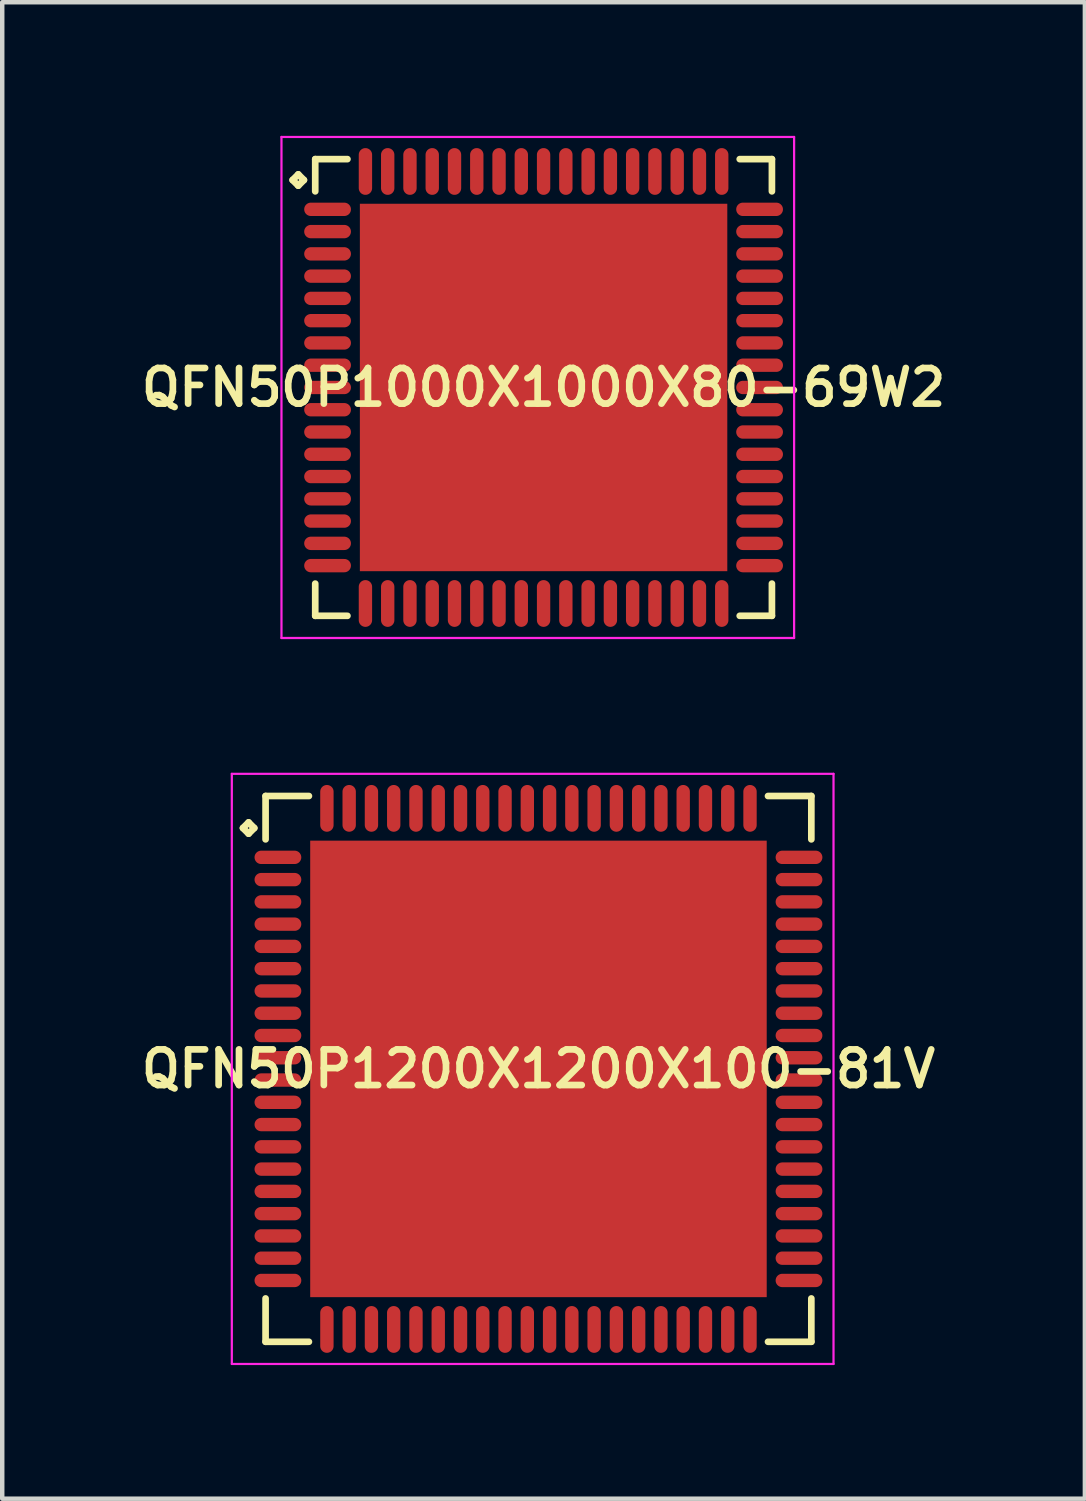
<source format=kicad_pcb>
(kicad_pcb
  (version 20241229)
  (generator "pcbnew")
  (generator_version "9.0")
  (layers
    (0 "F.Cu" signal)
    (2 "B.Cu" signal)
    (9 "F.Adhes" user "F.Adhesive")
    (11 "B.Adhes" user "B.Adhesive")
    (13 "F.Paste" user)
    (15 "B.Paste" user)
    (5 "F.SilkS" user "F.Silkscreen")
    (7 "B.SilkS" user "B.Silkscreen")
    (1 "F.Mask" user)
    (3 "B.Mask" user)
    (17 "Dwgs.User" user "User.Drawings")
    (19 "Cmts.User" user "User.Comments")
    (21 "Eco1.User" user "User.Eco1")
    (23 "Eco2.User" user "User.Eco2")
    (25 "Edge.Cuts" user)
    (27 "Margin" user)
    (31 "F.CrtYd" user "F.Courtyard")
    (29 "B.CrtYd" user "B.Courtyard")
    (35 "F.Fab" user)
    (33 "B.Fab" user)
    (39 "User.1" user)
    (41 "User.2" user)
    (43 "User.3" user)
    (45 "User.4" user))
  (footprint "QFN50P1000X1000X80-69W2"
    (layer "F.Cu")
    (at 9.155 5.65)
    (property "Reference" "QFN50P1000X1000X80-69W2" (at 0 0 0) (layer "F.SilkS") (effects (font (size 0.8 0.8) (thickness 0.15))))
    (attr smd)
    (fp_line (start -5.635 -4.658) (end -5.508 -4.785) (stroke (width 0.15) (type solid)) (layer "F.SilkS"))
    (fp_line (start -5.508 -4.785) (end -5.381 -4.658) (stroke (width 0.15) (type solid)) (layer "F.SilkS"))
    (fp_line (start -5.508 -4.531) (end -5.635 -4.658) (stroke (width 0.15) (type solid)) (layer "F.SilkS"))
    (fp_line (start -5.381 -4.658) (end -5.508 -4.531) (stroke (width 0.15) (type solid)) (layer "F.SilkS"))
    (fp_line (start -5.127 -5.127) (end -4.404 -5.127) (stroke (width 0.15) (type solid)) (layer "F.SilkS"))
    (fp_line (start -5.127 -4.404) (end -5.127 -5.127) (stroke (width 0.15) (type solid)) (layer "F.SilkS"))
    (fp_line (start -5.127 4.404) (end -5.127 5.127) (stroke (width 0.15) (type solid)) (layer "F.SilkS"))
    (fp_line (start -5.127 5.127) (end -4.404 5.127) (stroke (width 0.15) (type solid)) (layer "F.SilkS"))
    (fp_line (start 4.404 -5.127) (end 5.127 -5.127) (stroke (width 0.15) (type solid)) (layer "F.SilkS"))
    (fp_line (start 4.404 5.127) (end 5.127 5.127) (stroke (width 0.15) (type solid)) (layer "F.SilkS"))
    (fp_line (start 5.127 -5.127) (end 5.127 -4.404) (stroke (width 0.15) (type solid)) (layer "F.SilkS"))
    (fp_line (start 5.127 5.127) (end 5.127 4.404) (stroke (width 0.15) (type solid)) (layer "F.SilkS"))
    (fp_line (start -5.885 -5.625) (end 5.625 -5.625) (stroke (width 0.05) (type solid)) (layer "F.CrtYd"))
    (fp_line (start -5.885 5.625) (end -5.885 -5.625) (stroke (width 0.05) (type solid)) (layer "F.CrtYd"))
    (fp_line (start 5.625 -5.625) (end 5.625 5.625) (stroke (width 0.05) (type solid)) (layer "F.CrtYd"))
    (fp_line (start 5.625 5.625) (end -5.885 5.625) (stroke (width 0.05) (type solid)) (layer "F.CrtYd"))
    (pad "1" smd oval (at -4.85 -4) (size 1.05 0.3) (layers "F.Cu" "F.Mask" "F.Paste"))
    (pad "2" smd oval (at -4.85 -3.5) (size 1.05 0.3) (layers "F.Cu" "F.Mask" "F.Paste"))
    (pad "3" smd oval (at -4.85 -3) (size 1.05 0.3) (layers "F.Cu" "F.Mask" "F.Paste"))
    (pad "4" smd oval (at -4.85 -2.5) (size 1.05 0.3) (layers "F.Cu" "F.Mask" "F.Paste"))
    (pad "5" smd oval (at -4.85 -2) (size 1.05 0.3) (layers "F.Cu" "F.Mask" "F.Paste"))
    (pad "6" smd oval (at -4.85 -1.5) (size 1.05 0.3) (layers "F.Cu" "F.Mask" "F.Paste"))
    (pad "7" smd oval (at -4.85 -1) (size 1.05 0.3) (layers "F.Cu" "F.Mask" "F.Paste"))
    (pad "8" smd oval (at -4.85 -0.5) (size 1.05 0.3) (layers "F.Cu" "F.Mask" "F.Paste"))
    (pad "9" smd oval (at -4.85 0) (size 1.05 0.3) (layers "F.Cu" "F.Mask" "F.Paste"))
    (pad "10" smd oval (at -4.85 0.5) (size 1.05 0.3) (layers "F.Cu" "F.Mask" "F.Paste"))
    (pad "11" smd oval (at -4.85 1) (size 1.05 0.3) (layers "F.Cu" "F.Mask" "F.Paste"))
    (pad "12" smd oval (at -4.85 1.5) (size 1.05 0.3) (layers "F.Cu" "F.Mask" "F.Paste"))
    (pad "13" smd oval (at -4.85 2) (size 1.05 0.3) (layers "F.Cu" "F.Mask" "F.Paste"))
    (pad "14" smd oval (at -4.85 2.5) (size 1.05 0.3) (layers "F.Cu" "F.Mask" "F.Paste"))
    (pad "15" smd oval (at -4.85 3) (size 1.05 0.3) (layers "F.Cu" "F.Mask" "F.Paste"))
    (pad "16" smd oval (at -4.85 3.5) (size 1.05 0.3) (layers "F.Cu" "F.Mask" "F.Paste"))
    (pad "17" smd oval (at -4.85 4) (size 1.05 0.3) (layers "F.Cu" "F.Mask" "F.Paste"))
    (pad "18" smd oval (at -4 4.85) (size 0.3 1.05) (layers "F.Cu" "F.Mask" "F.Paste"))
    (pad "19" smd oval (at -3.5 4.85) (size 0.3 1.05) (layers "F.Cu" "F.Mask" "F.Paste"))
    (pad "20" smd oval (at -3 4.85) (size 0.3 1.05) (layers "F.Cu" "F.Mask" "F.Paste"))
    (pad "21" smd oval (at -2.5 4.85) (size 0.3 1.05) (layers "F.Cu" "F.Mask" "F.Paste"))
    (pad "22" smd oval (at -2 4.85) (size 0.3 1.05) (layers "F.Cu" "F.Mask" "F.Paste"))
    (pad "23" smd oval (at -1.5 4.85) (size 0.3 1.05) (layers "F.Cu" "F.Mask" "F.Paste"))
    (pad "24" smd oval (at -1 4.85) (size 0.3 1.05) (layers "F.Cu" "F.Mask" "F.Paste"))
    (pad "25" smd oval (at -0.5 4.85) (size 0.3 1.05) (layers "F.Cu" "F.Mask" "F.Paste"))
    (pad "26" smd oval (at 0 4.85) (size 0.3 1.05) (layers "F.Cu" "F.Mask" "F.Paste"))
    (pad "27" smd oval (at 0.5 4.85) (size 0.3 1.05) (layers "F.Cu" "F.Mask" "F.Paste"))
    (pad "28" smd oval (at 1 4.85) (size 0.3 1.05) (layers "F.Cu" "F.Mask" "F.Paste"))
    (pad "29" smd oval (at 1.5 4.85) (size 0.3 1.05) (layers "F.Cu" "F.Mask" "F.Paste"))
    (pad "30" smd oval (at 2 4.85) (size 0.3 1.05) (layers "F.Cu" "F.Mask" "F.Paste"))
    (pad "31" smd oval (at 2.5 4.85) (size 0.3 1.05) (layers "F.Cu" "F.Mask" "F.Paste"))
    (pad "32" smd oval (at 3 4.85) (size 0.3 1.05) (layers "F.Cu" "F.Mask" "F.Paste"))
    (pad "33" smd oval (at 3.5 4.85) (size 0.3 1.05) (layers "F.Cu" "F.Mask" "F.Paste"))
    (pad "34" smd oval (at 4 4.85) (size 0.3 1.05) (layers "F.Cu" "F.Mask" "F.Paste"))
    (pad "35" smd oval (at 4.85 4) (size 1.05 0.3) (layers "F.Cu" "F.Mask" "F.Paste"))
    (pad "36" smd oval (at 4.85 3.5) (size 1.05 0.3) (layers "F.Cu" "F.Mask" "F.Paste"))
    (pad "37" smd oval (at 4.85 3) (size 1.05 0.3) (layers "F.Cu" "F.Mask" "F.Paste"))
    (pad "38" smd oval (at 4.85 2.5) (size 1.05 0.3) (layers "F.Cu" "F.Mask" "F.Paste"))
    (pad "39" smd oval (at 4.85 2) (size 1.05 0.3) (layers "F.Cu" "F.Mask" "F.Paste"))
    (pad "40" smd oval (at 4.85 1.5) (size 1.05 0.3) (layers "F.Cu" "F.Mask" "F.Paste"))
    (pad "41" smd oval (at 4.85 1) (size 1.05 0.3) (layers "F.Cu" "F.Mask" "F.Paste"))
    (pad "42" smd oval (at 4.85 0.5) (size 1.05 0.3) (layers "F.Cu" "F.Mask" "F.Paste"))
    (pad "43" smd oval (at 4.85 0) (size 1.05 0.3) (layers "F.Cu" "F.Mask" "F.Paste"))
    (pad "44" smd oval (at 4.85 -0.5) (size 1.05 0.3) (layers "F.Cu" "F.Mask" "F.Paste"))
    (pad "45" smd oval (at 4.85 -1) (size 1.05 0.3) (layers "F.Cu" "F.Mask" "F.Paste"))
    (pad "46" smd oval (at 4.85 -1.5) (size 1.05 0.3) (layers "F.Cu" "F.Mask" "F.Paste"))
    (pad "47" smd oval (at 4.85 -2) (size 1.05 0.3) (layers "F.Cu" "F.Mask" "F.Paste"))
    (pad "48" smd oval (at 4.85 -2.5) (size 1.05 0.3) (layers "F.Cu" "F.Mask" "F.Paste"))
    (pad "49" smd oval (at 4.85 -3) (size 1.05 0.3) (layers "F.Cu" "F.Mask" "F.Paste"))
    (pad "50" smd oval (at 4.85 -3.5) (size 1.05 0.3) (layers "F.Cu" "F.Mask" "F.Paste"))
    (pad "51" smd oval (at 4.85 -4) (size 1.05 0.3) (layers "F.Cu" "F.Mask" "F.Paste"))
    (pad "52" smd oval (at 4 -4.85) (size 0.3 1.05) (layers "F.Cu" "F.Mask" "F.Paste"))
    (pad "53" smd oval (at 3.5 -4.85) (size 0.3 1.05) (layers "F.Cu" "F.Mask" "F.Paste"))
    (pad "54" smd oval (at 3 -4.85) (size 0.3 1.05) (layers "F.Cu" "F.Mask" "F.Paste"))
    (pad "55" smd oval (at 2.5 -4.85) (size 0.3 1.05) (layers "F.Cu" "F.Mask" "F.Paste"))
    (pad "56" smd oval (at 2 -4.85) (size 0.3 1.05) (layers "F.Cu" "F.Mask" "F.Paste"))
    (pad "57" smd oval (at 1.5 -4.85) (size 0.3 1.05) (layers "F.Cu" "F.Mask" "F.Paste"))
    (pad "58" smd oval (at 1 -4.85) (size 0.3 1.05) (layers "F.Cu" "F.Mask" "F.Paste"))
    (pad "59" smd oval (at 0.5 -4.85) (size 0.3 1.05) (layers "F.Cu" "F.Mask" "F.Paste"))
    (pad "60" smd oval (at 0 -4.85) (size 0.3 1.05) (layers "F.Cu" "F.Mask" "F.Paste"))
    (pad "61" smd oval (at -0.5 -4.85) (size 0.3 1.05) (layers "F.Cu" "F.Mask" "F.Paste"))
    (pad "62" smd oval (at -1 -4.85) (size 0.3 1.05) (layers "F.Cu" "F.Mask" "F.Paste"))
    (pad "63" smd oval (at -1.5 -4.85) (size 0.3 1.05) (layers "F.Cu" "F.Mask" "F.Paste"))
    (pad "64" smd oval (at -2 -4.85) (size 0.3 1.05) (layers "F.Cu" "F.Mask" "F.Paste"))
    (pad "65" smd oval (at -2.5 -4.85) (size 0.3 1.05) (layers "F.Cu" "F.Mask" "F.Paste"))
    (pad "66" smd oval (at -3 -4.85) (size 0.3 1.05) (layers "F.Cu" "F.Mask" "F.Paste"))
    (pad "67" smd oval (at -3.5 -4.85) (size 0.3 1.05) (layers "F.Cu" "F.Mask" "F.Paste"))
    (pad "68" smd oval (at -4 -4.85) (size 0.3 1.05) (layers "F.Cu" "F.Mask" "F.Paste"))
    (pad "69" smd rect (at 0 0) (size 8.25 8.25) (layers "F.Cu" "F.Mask" "F.Paste")))
  (footprint "QFN50P1200X1200X100-81V"
    (layer "F.Cu")
    (at 9.04 20.95)
    (property "Reference" "QFN50P1200X1200X100-81V" (at 0 0 0) (layer "F.SilkS") (effects (font (size 0.8 0.8) (thickness 0.15))))
    (attr smd)
    (fp_line (start -6.635 -5.408) (end -6.508 -5.535) (stroke (width 0.15) (type solid)) (layer "F.SilkS"))
    (fp_line (start -6.508 -5.535) (end -6.381 -5.408) (stroke (width 0.15) (type solid)) (layer "F.SilkS"))
    (fp_line (start -6.508 -5.281) (end -6.635 -5.408) (stroke (width 0.15) (type solid)) (layer "F.SilkS"))
    (fp_line (start -6.381 -5.408) (end -6.508 -5.281) (stroke (width 0.15) (type solid)) (layer "F.SilkS"))
    (fp_line (start -6.127 -6.127) (end -5.154 -6.127) (stroke (width 0.15) (type solid)) (layer "F.SilkS"))
    (fp_line (start -6.127 -5.154) (end -6.127 -6.127) (stroke (width 0.15) (type solid)) (layer "F.SilkS"))
    (fp_line (start -6.127 5.154) (end -6.127 6.127) (stroke (width 0.15) (type solid)) (layer "F.SilkS"))
    (fp_line (start -6.127 6.127) (end -5.154 6.127) (stroke (width 0.15) (type solid)) (layer "F.SilkS"))
    (fp_line (start 5.154 -6.127) (end 6.127 -6.127) (stroke (width 0.15) (type solid)) (layer "F.SilkS"))
    (fp_line (start 5.154 6.127) (end 6.127 6.127) (stroke (width 0.15) (type solid)) (layer "F.SilkS"))
    (fp_line (start 6.127 -6.127) (end 6.127 -5.154) (stroke (width 0.15) (type solid)) (layer "F.SilkS"))
    (fp_line (start 6.127 6.127) (end 6.127 5.154) (stroke (width 0.15) (type solid)) (layer "F.SilkS"))
    (fp_line (start -6.885 -6.625) (end 6.625 -6.625) (stroke (width 0.05) (type solid)) (layer "F.CrtYd"))
    (fp_line (start -6.885 6.625) (end -6.885 -6.625) (stroke (width 0.05) (type solid)) (layer "F.CrtYd"))
    (fp_line (start 6.625 -6.625) (end 6.625 6.625) (stroke (width 0.05) (type solid)) (layer "F.CrtYd"))
    (fp_line (start 6.625 6.625) (end -6.885 6.625) (stroke (width 0.05) (type solid)) (layer "F.CrtYd"))
    (pad "1" smd oval (at -5.85 -4.75) (size 1.05 0.3) (layers "F.Cu" "F.Mask" "F.Paste"))
    (pad "2" smd oval (at -5.85 -4.25) (size 1.05 0.3) (layers "F.Cu" "F.Mask" "F.Paste"))
    (pad "3" smd oval (at -5.85 -3.75) (size 1.05 0.3) (layers "F.Cu" "F.Mask" "F.Paste"))
    (pad "4" smd oval (at -5.85 -3.25) (size 1.05 0.3) (layers "F.Cu" "F.Mask" "F.Paste"))
    (pad "5" smd oval (at -5.85 -2.75) (size 1.05 0.3) (layers "F.Cu" "F.Mask" "F.Paste"))
    (pad "6" smd oval (at -5.85 -2.25) (size 1.05 0.3) (layers "F.Cu" "F.Mask" "F.Paste"))
    (pad "7" smd oval (at -5.85 -1.75) (size 1.05 0.3) (layers "F.Cu" "F.Mask" "F.Paste"))
    (pad "8" smd oval (at -5.85 -1.25) (size 1.05 0.3) (layers "F.Cu" "F.Mask" "F.Paste"))
    (pad "9" smd oval (at -5.85 -0.75) (size 1.05 0.3) (layers "F.Cu" "F.Mask" "F.Paste"))
    (pad "10" smd oval (at -5.85 -0.25) (size 1.05 0.3) (layers "F.Cu" "F.Mask" "F.Paste"))
    (pad "11" smd oval (at -5.85 0.25) (size 1.05 0.3) (layers "F.Cu" "F.Mask" "F.Paste"))
    (pad "12" smd oval (at -5.85 0.75) (size 1.05 0.3) (layers "F.Cu" "F.Mask" "F.Paste"))
    (pad "13" smd oval (at -5.85 1.25) (size 1.05 0.3) (layers "F.Cu" "F.Mask" "F.Paste"))
    (pad "14" smd oval (at -5.85 1.75) (size 1.05 0.3) (layers "F.Cu" "F.Mask" "F.Paste"))
    (pad "15" smd oval (at -5.85 2.25) (size 1.05 0.3) (layers "F.Cu" "F.Mask" "F.Paste"))
    (pad "16" smd oval (at -5.85 2.75) (size 1.05 0.3) (layers "F.Cu" "F.Mask" "F.Paste"))
    (pad "17" smd oval (at -5.85 3.25) (size 1.05 0.3) (layers "F.Cu" "F.Mask" "F.Paste"))
    (pad "18" smd oval (at -5.85 3.75) (size 1.05 0.3) (layers "F.Cu" "F.Mask" "F.Paste"))
    (pad "19" smd oval (at -5.85 4.25) (size 1.05 0.3) (layers "F.Cu" "F.Mask" "F.Paste"))
    (pad "20" smd oval (at -5.85 4.75) (size 1.05 0.3) (layers "F.Cu" "F.Mask" "F.Paste"))
    (pad "21" smd oval (at -4.75 5.85) (size 0.3 1.05) (layers "F.Cu" "F.Mask" "F.Paste"))
    (pad "22" smd oval (at -4.25 5.85) (size 0.3 1.05) (layers "F.Cu" "F.Mask" "F.Paste"))
    (pad "23" smd oval (at -3.75 5.85) (size 0.3 1.05) (layers "F.Cu" "F.Mask" "F.Paste"))
    (pad "24" smd oval (at -3.25 5.85) (size 0.3 1.05) (layers "F.Cu" "F.Mask" "F.Paste"))
    (pad "25" smd oval (at -2.75 5.85) (size 0.3 1.05) (layers "F.Cu" "F.Mask" "F.Paste"))
    (pad "26" smd oval (at -2.25 5.85) (size 0.3 1.05) (layers "F.Cu" "F.Mask" "F.Paste"))
    (pad "27" smd oval (at -1.75 5.85) (size 0.3 1.05) (layers "F.Cu" "F.Mask" "F.Paste"))
    (pad "28" smd oval (at -1.25 5.85) (size 0.3 1.05) (layers "F.Cu" "F.Mask" "F.Paste"))
    (pad "29" smd oval (at -0.75 5.85) (size 0.3 1.05) (layers "F.Cu" "F.Mask" "F.Paste"))
    (pad "30" smd oval (at -0.25 5.85) (size 0.3 1.05) (layers "F.Cu" "F.Mask" "F.Paste"))
    (pad "31" smd oval (at 0.25 5.85) (size 0.3 1.05) (layers "F.Cu" "F.Mask" "F.Paste"))
    (pad "32" smd oval (at 0.75 5.85) (size 0.3 1.05) (layers "F.Cu" "F.Mask" "F.Paste"))
    (pad "33" smd oval (at 1.25 5.85) (size 0.3 1.05) (layers "F.Cu" "F.Mask" "F.Paste"))
    (pad "34" smd oval (at 1.75 5.85) (size 0.3 1.05) (layers "F.Cu" "F.Mask" "F.Paste"))
    (pad "35" smd oval (at 2.25 5.85) (size 0.3 1.05) (layers "F.Cu" "F.Mask" "F.Paste"))
    (pad "36" smd oval (at 2.75 5.85) (size 0.3 1.05) (layers "F.Cu" "F.Mask" "F.Paste"))
    (pad "37" smd oval (at 3.25 5.85) (size 0.3 1.05) (layers "F.Cu" "F.Mask" "F.Paste"))
    (pad "38" smd oval (at 3.75 5.85) (size 0.3 1.05) (layers "F.Cu" "F.Mask" "F.Paste"))
    (pad "39" smd oval (at 4.25 5.85) (size 0.3 1.05) (layers "F.Cu" "F.Mask" "F.Paste"))
    (pad "40" smd oval (at 4.75 5.85) (size 0.3 1.05) (layers "F.Cu" "F.Mask" "F.Paste"))
    (pad "41" smd oval (at 5.85 4.75) (size 1.05 0.3) (layers "F.Cu" "F.Mask" "F.Paste"))
    (pad "42" smd oval (at 5.85 4.25) (size 1.05 0.3) (layers "F.Cu" "F.Mask" "F.Paste"))
    (pad "43" smd oval (at 5.85 3.75) (size 1.05 0.3) (layers "F.Cu" "F.Mask" "F.Paste"))
    (pad "44" smd oval (at 5.85 3.25) (size 1.05 0.3) (layers "F.Cu" "F.Mask" "F.Paste"))
    (pad "45" smd oval (at 5.85 2.75) (size 1.05 0.3) (layers "F.Cu" "F.Mask" "F.Paste"))
    (pad "46" smd oval (at 5.85 2.25) (size 1.05 0.3) (layers "F.Cu" "F.Mask" "F.Paste"))
    (pad "47" smd oval (at 5.85 1.75) (size 1.05 0.3) (layers "F.Cu" "F.Mask" "F.Paste"))
    (pad "48" smd oval (at 5.85 1.25) (size 1.05 0.3) (layers "F.Cu" "F.Mask" "F.Paste"))
    (pad "49" smd oval (at 5.85 0.75) (size 1.05 0.3) (layers "F.Cu" "F.Mask" "F.Paste"))
    (pad "50" smd oval (at 5.85 0.25) (size 1.05 0.3) (layers "F.Cu" "F.Mask" "F.Paste"))
    (pad "51" smd oval (at 5.85 -0.25) (size 1.05 0.3) (layers "F.Cu" "F.Mask" "F.Paste"))
    (pad "52" smd oval (at 5.85 -0.75) (size 1.05 0.3) (layers "F.Cu" "F.Mask" "F.Paste"))
    (pad "53" smd oval (at 5.85 -1.25) (size 1.05 0.3) (layers "F.Cu" "F.Mask" "F.Paste"))
    (pad "54" smd oval (at 5.85 -1.75) (size 1.05 0.3) (layers "F.Cu" "F.Mask" "F.Paste"))
    (pad "55" smd oval (at 5.85 -2.25) (size 1.05 0.3) (layers "F.Cu" "F.Mask" "F.Paste"))
    (pad "56" smd oval (at 5.85 -2.75) (size 1.05 0.3) (layers "F.Cu" "F.Mask" "F.Paste"))
    (pad "57" smd oval (at 5.85 -3.25) (size 1.05 0.3) (layers "F.Cu" "F.Mask" "F.Paste"))
    (pad "58" smd oval (at 5.85 -3.75) (size 1.05 0.3) (layers "F.Cu" "F.Mask" "F.Paste"))
    (pad "59" smd oval (at 5.85 -4.25) (size 1.05 0.3) (layers "F.Cu" "F.Mask" "F.Paste"))
    (pad "60" smd oval (at 5.85 -4.75) (size 1.05 0.3) (layers "F.Cu" "F.Mask" "F.Paste"))
    (pad "61" smd oval (at 4.75 -5.85) (size 0.3 1.05) (layers "F.Cu" "F.Mask" "F.Paste"))
    (pad "62" smd oval (at 4.25 -5.85) (size 0.3 1.05) (layers "F.Cu" "F.Mask" "F.Paste"))
    (pad "63" smd oval (at 3.75 -5.85) (size 0.3 1.05) (layers "F.Cu" "F.Mask" "F.Paste"))
    (pad "64" smd oval (at 3.25 -5.85) (size 0.3 1.05) (layers "F.Cu" "F.Mask" "F.Paste"))
    (pad "65" smd oval (at 2.75 -5.85) (size 0.3 1.05) (layers "F.Cu" "F.Mask" "F.Paste"))
    (pad "66" smd oval (at 2.25 -5.85) (size 0.3 1.05) (layers "F.Cu" "F.Mask" "F.Paste"))
    (pad "67" smd oval (at 1.75 -5.85) (size 0.3 1.05) (layers "F.Cu" "F.Mask" "F.Paste"))
    (pad "68" smd oval (at 1.25 -5.85) (size 0.3 1.05) (layers "F.Cu" "F.Mask" "F.Paste"))
    (pad "69" smd oval (at 0.75 -5.85) (size 0.3 1.05) (layers "F.Cu" "F.Mask" "F.Paste"))
    (pad "70" smd oval (at 0.25 -5.85) (size 0.3 1.05) (layers "F.Cu" "F.Mask" "F.Paste"))
    (pad "71" smd oval (at -0.25 -5.85) (size 0.3 1.05) (layers "F.Cu" "F.Mask" "F.Paste"))
    (pad "72" smd oval (at -0.75 -5.85) (size 0.3 1.05) (layers "F.Cu" "F.Mask" "F.Paste"))
    (pad "73" smd oval (at -1.25 -5.85) (size 0.3 1.05) (layers "F.Cu" "F.Mask" "F.Paste"))
    (pad "74" smd oval (at -1.75 -5.85) (size 0.3 1.05) (layers "F.Cu" "F.Mask" "F.Paste"))
    (pad "75" smd oval (at -2.25 -5.85) (size 0.3 1.05) (layers "F.Cu" "F.Mask" "F.Paste"))
    (pad "76" smd oval (at -2.75 -5.85) (size 0.3 1.05) (layers "F.Cu" "F.Mask" "F.Paste"))
    (pad "77" smd oval (at -3.25 -5.85) (size 0.3 1.05) (layers "F.Cu" "F.Mask" "F.Paste"))
    (pad "78" smd oval (at -3.75 -5.85) (size 0.3 1.05) (layers "F.Cu" "F.Mask" "F.Paste"))
    (pad "79" smd oval (at -4.25 -5.85) (size 0.3 1.05) (layers "F.Cu" "F.Mask" "F.Paste"))
    (pad "80" smd oval (at -4.75 -5.85) (size 0.3 1.05) (layers "F.Cu" "F.Mask" "F.Paste"))
    (pad "81" smd rect (at 0 0) (size 10.25 10.25) (layers "F.Cu" "F.Mask" "F.Paste")))
  (gr_rect
    (start -3 -3)
    (end 21.309 30.6)
    (stroke (width 0.1) (type default))
    (fill no)
    (layer "Edge.Cuts")))
</source>
